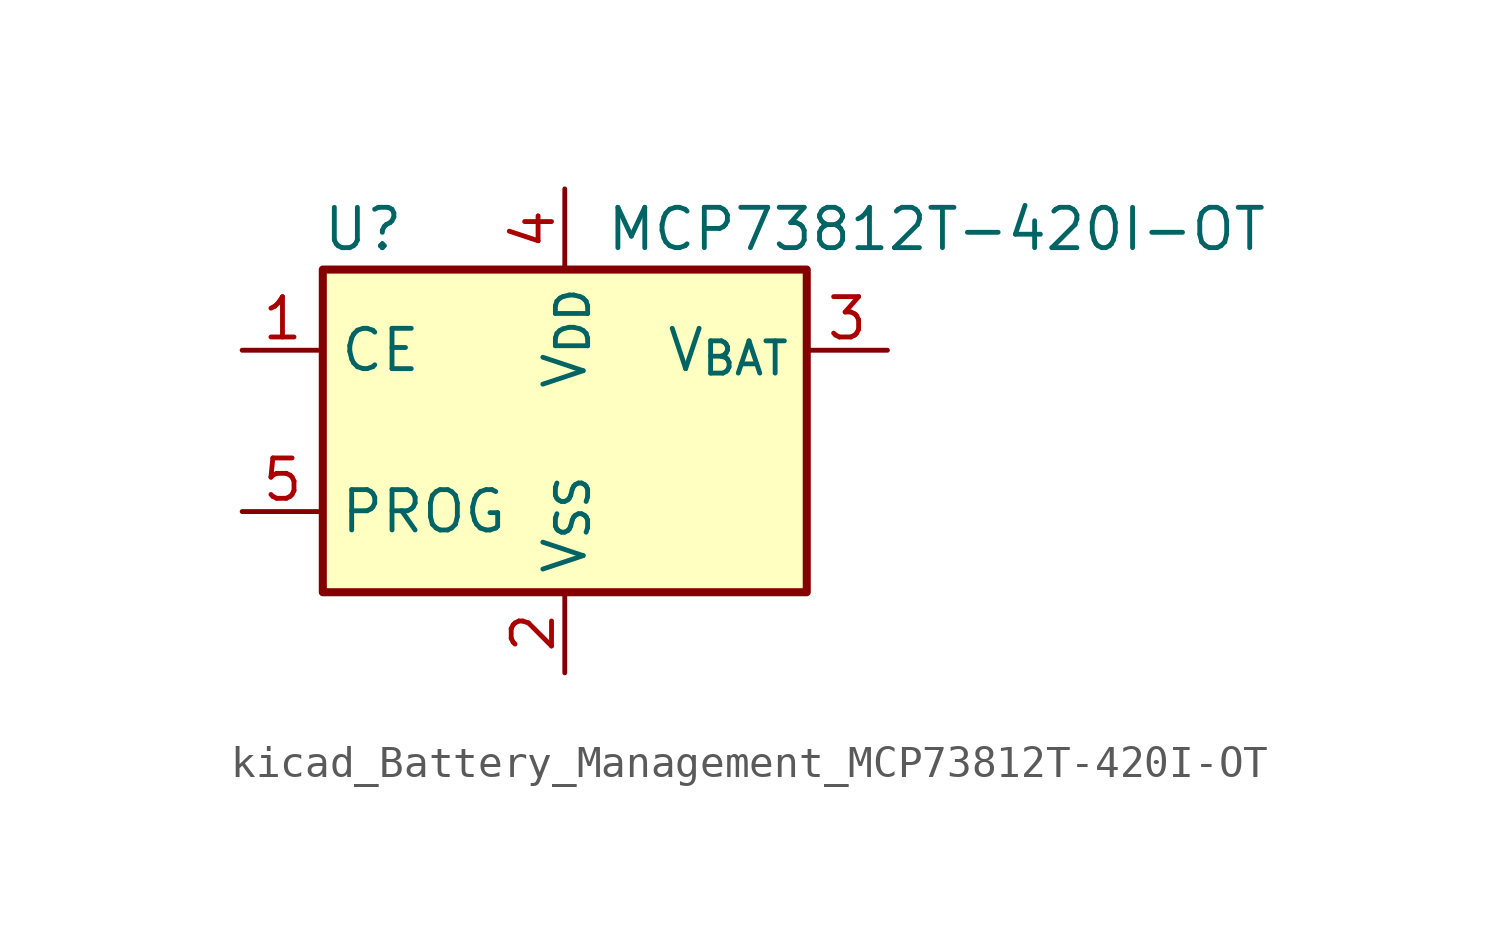
<source format=kicad_sym>
(kicad_symbol_lib
  (version 20220914)
  (generator kicad_symbol_editor)
  (symbol "kicad_Battery_Management_MCP73812T-420I-OT"
    (property "Reference" "U"
      (at -6.35 6.35 0)
      (effects (font (size 1.27 1.27))))
    (property "Value" "MCP73812T-420I-OT"
      (at 1.27 6.35 0)
      (effects (font (size 1.27 1.27)) (justify left)))
    (symbol "kicad_Battery_Management_MCP73812T-420I-OT_0_1"
      (rectangle (start -7.62 5.08) (end 7.62 -5.08) (stroke (width 0.254) (type default)) (fill (type background))))
    (symbol "kicad_Battery_Management_MCP73812T-420I-OT_1_1"
      (pin input line (at -10.16 2.54 0) (length 2.54) (name "CE" (effects (font (size 1.27 1.27)))) (number "1" (effects (font (size 1.27 1.27)))))
      (pin power_in line (at 0 -7.62 90) (length 2.54) (name "V_{SS}" (effects (font (size 1.27 1.27)))) (number "2" (effects (font (size 1.27 1.27)))))
      (pin power_out line (at 10.16 2.54 180) (length 2.54) (name "V_{BAT}" (effects (font (size 1.27 1.27)))) (number "3" (effects (font (size 1.27 1.27)))))
      (pin power_in line (at 0 7.62 270) (length 2.54) (name "V_{DD}" (effects (font (size 1.27 1.27)))) (number "4" (effects (font (size 1.27 1.27)))))
      (pin input line (at -10.16 -2.54 0) (length 2.54) (name "PROG" (effects (font (size 1.27 1.27)))) (number "5" (effects (font (size 1.27 1.27))))))))
</source>
